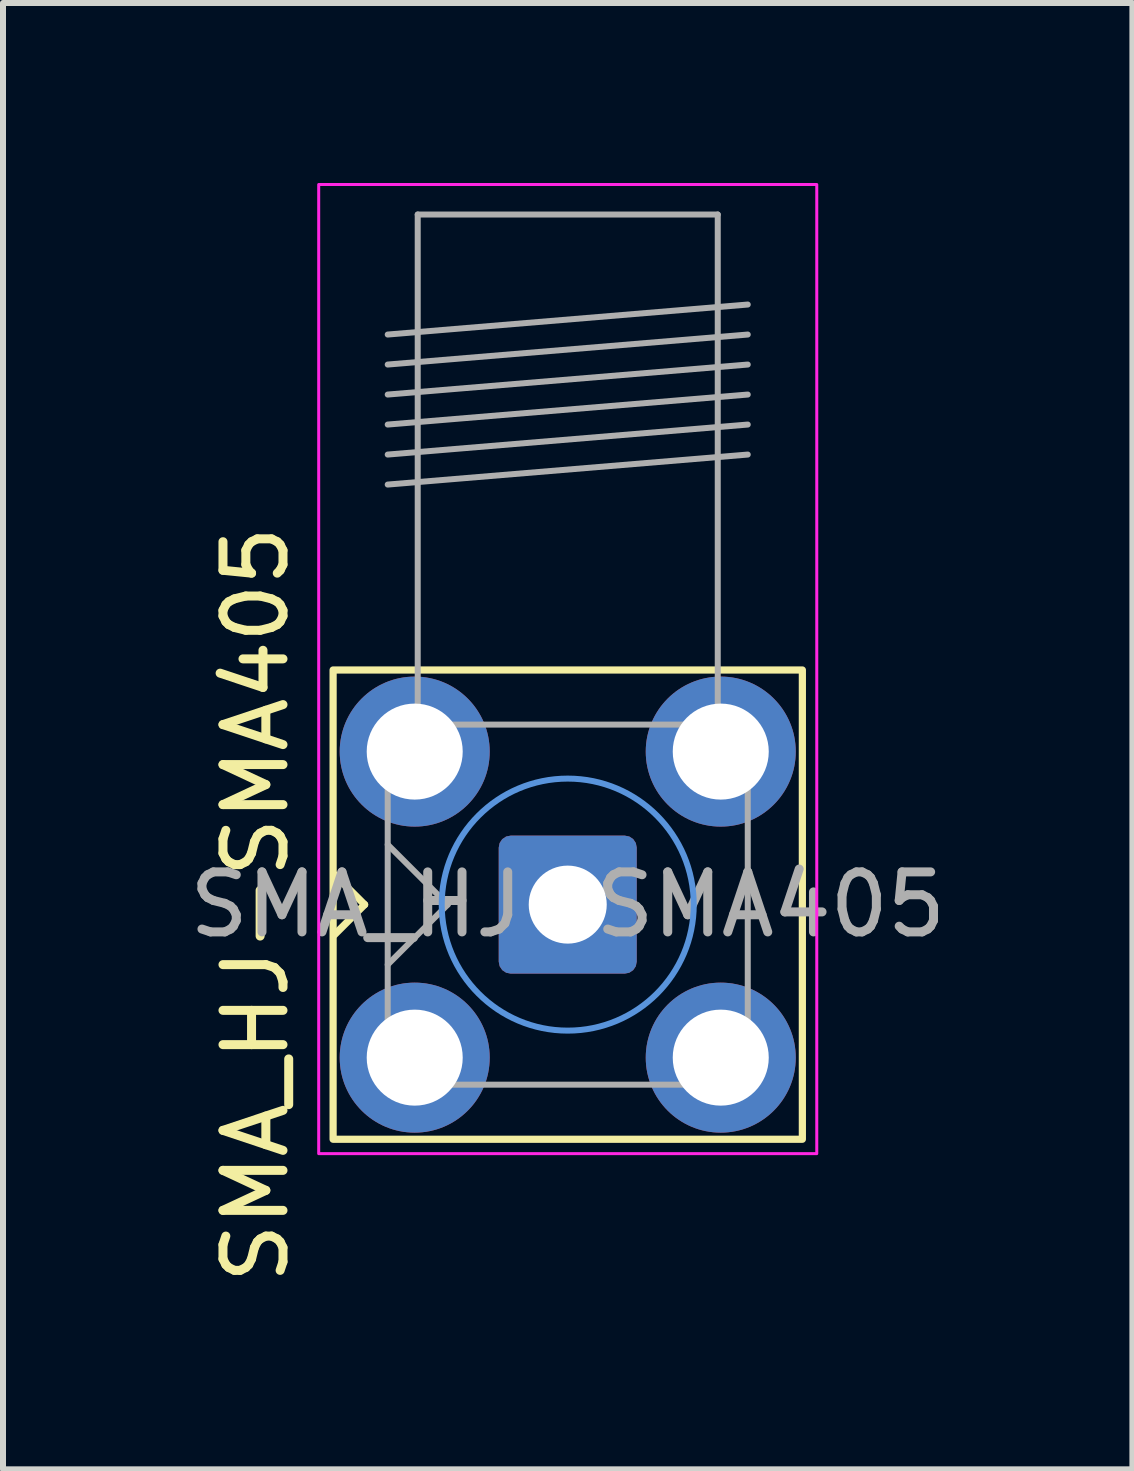
<source format=kicad_pcb>
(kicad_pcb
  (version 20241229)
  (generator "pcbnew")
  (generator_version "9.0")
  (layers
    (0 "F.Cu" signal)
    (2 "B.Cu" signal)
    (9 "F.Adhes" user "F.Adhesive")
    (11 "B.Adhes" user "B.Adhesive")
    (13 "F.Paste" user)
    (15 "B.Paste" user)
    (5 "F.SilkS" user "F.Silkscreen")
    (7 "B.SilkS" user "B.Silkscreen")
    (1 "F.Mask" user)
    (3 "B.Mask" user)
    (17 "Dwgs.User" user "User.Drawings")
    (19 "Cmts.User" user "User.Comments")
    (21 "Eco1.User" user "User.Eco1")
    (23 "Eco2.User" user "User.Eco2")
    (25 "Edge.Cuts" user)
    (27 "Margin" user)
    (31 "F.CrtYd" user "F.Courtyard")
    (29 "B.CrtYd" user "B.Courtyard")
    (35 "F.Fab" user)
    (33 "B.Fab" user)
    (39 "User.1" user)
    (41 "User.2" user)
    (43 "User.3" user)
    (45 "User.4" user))
  (footprint "SMA_HJ-SMA405"
    (layer "F.Cu")
    (at 6.411 12.025)
    (property "Reference" "SMA_HJ-SMA405" (at -5.2 0 90) (layer "F.SilkS") (effects (font (size 1 1) (thickness 0.15))))
    (attr through_hole)
    (fp_line (start -3.885 0.5) (end -3.385 0) (stroke (width 0.12) (type solid)) (layer "F.SilkS"))
    (fp_line (start -3.385 0) (end -3.885 -0.5) (stroke (width 0.12) (type solid)) (layer "F.SilkS"))
    (fp_rect (start -3.91 -3.91) (end 3.91 3.91) (stroke (width 0.12) (type default)) (fill no) (layer "F.SilkS"))
    (fp_circle (center 0 0) (end 2.1 0) (stroke (width 0.1) (type default)) (fill no) (layer "Cmts.User"))
    (fp_rect (start -4.15 -12) (end 4.15 4.15) (stroke (width 0.05) (type default)) (fill no) (layer "F.CrtYd"))
    (fp_line (start -3 -9.5) (end 3 -10) (stroke (width 0.1) (type solid)) (layer "F.Fab"))
    (fp_line (start -3 -9) (end 3 -9.5) (stroke (width 0.1) (type solid)) (layer "F.Fab"))
    (fp_line (start -3 -8.5) (end 3 -9) (stroke (width 0.1) (type solid)) (layer "F.Fab"))
    (fp_line (start -3 -8) (end 3 -8.5) (stroke (width 0.1) (type solid)) (layer "F.Fab"))
    (fp_line (start -3 -7.5) (end 3 -8) (stroke (width 0.1) (type solid)) (layer "F.Fab"))
    (fp_line (start -3 -7) (end 3 -7.5) (stroke (width 0.1) (type solid)) (layer "F.Fab"))
    (fp_line (start -3 -3) (end -3 3) (stroke (width 0.1) (type solid)) (layer "F.Fab"))
    (fp_line (start -3 -3) (end 3 -3) (stroke (width 0.1) (type solid)) (layer "F.Fab"))
    (fp_line (start -3 -1) (end -2 0) (stroke (width 0.1) (type solid)) (layer "F.Fab"))
    (fp_line (start -3 3) (end 3 3) (stroke (width 0.1) (type solid)) (layer "F.Fab"))
    (fp_line (start -2.5 -11.5) (end -2.5 -3) (stroke (width 0.1) (type solid)) (layer "F.Fab"))
    (fp_line (start -2.5 -11.5) (end 2.5 -11.5) (stroke (width 0.1) (type solid)) (layer "F.Fab"))
    (fp_line (start -2 0) (end -3 1) (stroke (width 0.1) (type solid)) (layer "F.Fab"))
    (fp_line (start 2.5 -11.5) (end 2.5 -3) (stroke (width 0.1) (type solid)) (layer "F.Fab"))
    (fp_line (start 3 -3) (end 3 3) (stroke (width 0.1) (type solid)) (layer "F.Fab"))
    (fp_text user "${REFERENCE}" (at 0 0 0) (layer "F.Fab") (effects (font (size 1 1) (thickness 0.15))))
    (pad "1" thru_hole roundrect (at 0 0) (size 2.3 2.3) (drill 1.3) (layers "*.Cu" "*.Mask") (remove_unused_layers yes) (keep_end_layers yes) (zone_layer_connections) (roundrect_rratio 0.087))
    (pad "2" thru_hole circle (at -2.55 -2.55) (size 2.5 2.5) (drill 1.6) (layers "*.Cu" "*.Mask") (remove_unused_layers yes) (keep_end_layers yes) (zone_layer_connections))
    (pad "2" thru_hole circle (at -2.55 2.55) (size 2.5 2.5) (drill 1.6) (layers "*.Cu" "*.Mask") (remove_unused_layers yes) (keep_end_layers yes) (zone_layer_connections))
    (pad "2" thru_hole circle (at 2.55 -2.55) (size 2.5 2.5) (drill 1.6) (layers "*.Cu" "*.Mask") (remove_unused_layers yes) (keep_end_layers yes) (zone_layer_connections))
    (pad "2" thru_hole circle (at 2.55 2.55) (size 2.5 2.5) (drill 1.6) (layers "*.Cu" "*.Mask") (remove_unused_layers yes) (keep_end_layers yes) (zone_layer_connections)))
  (gr_rect
    (start -3 -3)
    (end 15.821 21.436)
    (stroke (width 0.1) (type default))
    (fill no)
    (layer "Edge.Cuts")))
</source>
